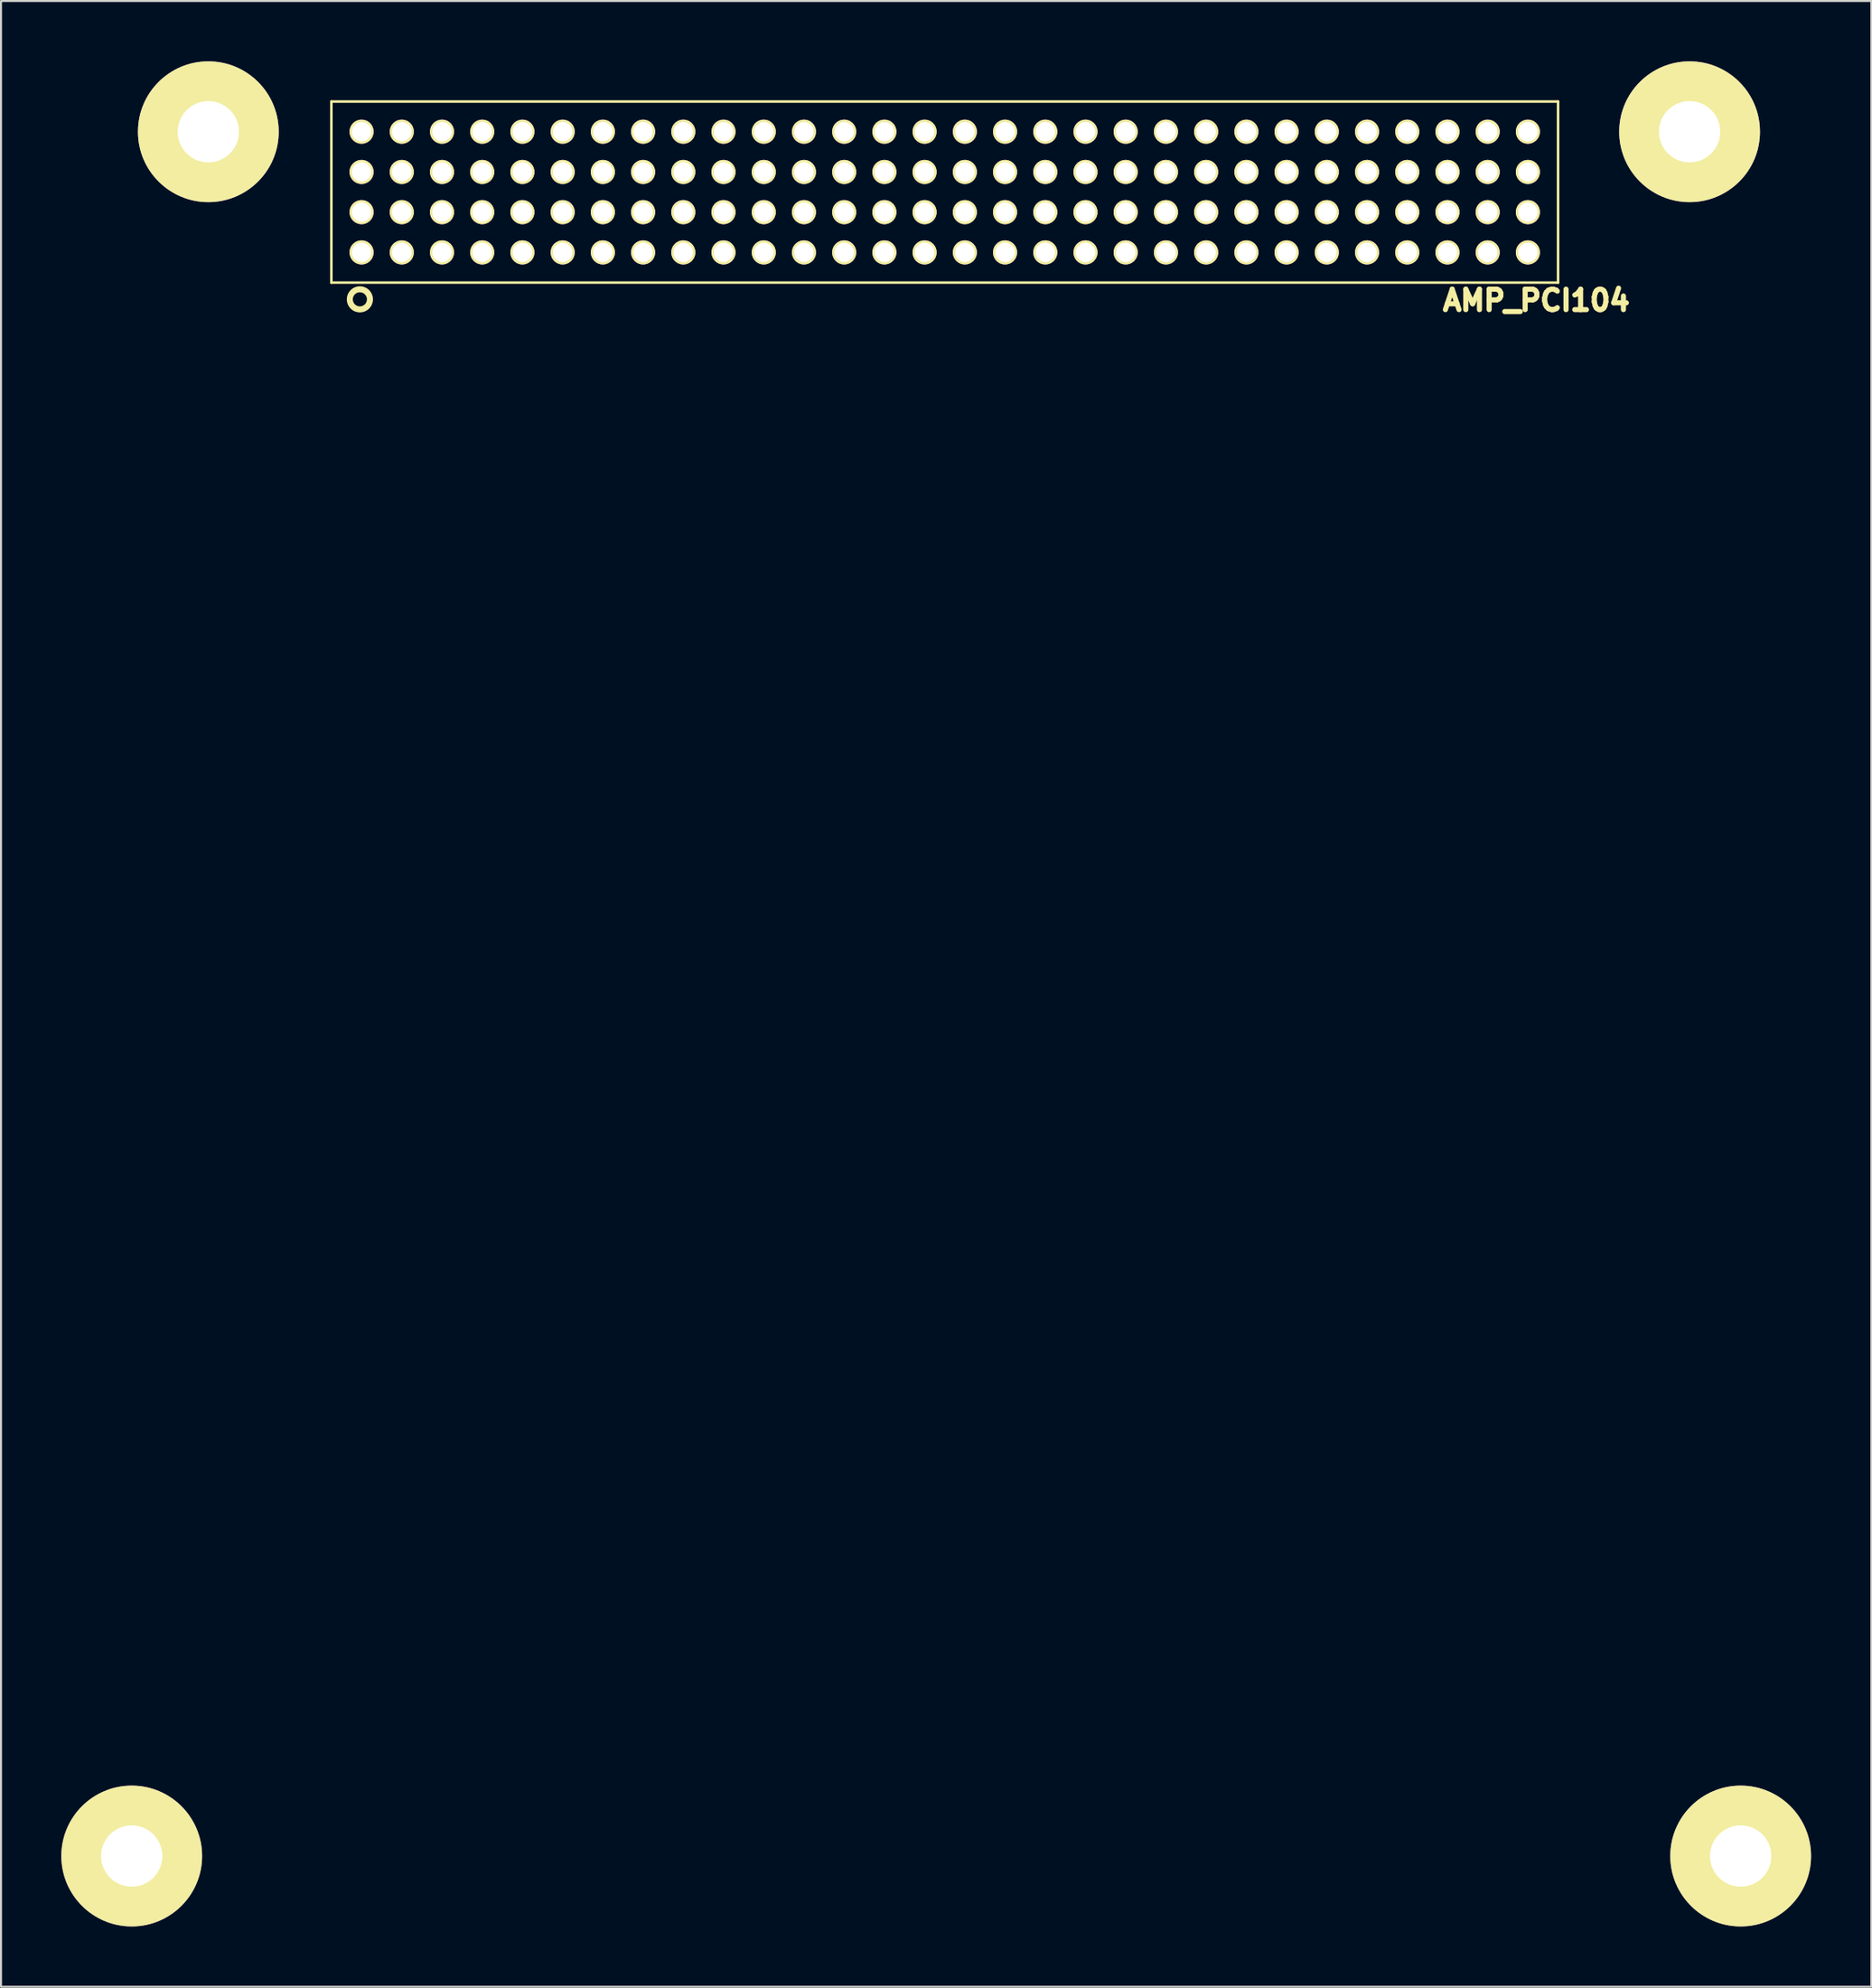
<source format=kicad_pcb>
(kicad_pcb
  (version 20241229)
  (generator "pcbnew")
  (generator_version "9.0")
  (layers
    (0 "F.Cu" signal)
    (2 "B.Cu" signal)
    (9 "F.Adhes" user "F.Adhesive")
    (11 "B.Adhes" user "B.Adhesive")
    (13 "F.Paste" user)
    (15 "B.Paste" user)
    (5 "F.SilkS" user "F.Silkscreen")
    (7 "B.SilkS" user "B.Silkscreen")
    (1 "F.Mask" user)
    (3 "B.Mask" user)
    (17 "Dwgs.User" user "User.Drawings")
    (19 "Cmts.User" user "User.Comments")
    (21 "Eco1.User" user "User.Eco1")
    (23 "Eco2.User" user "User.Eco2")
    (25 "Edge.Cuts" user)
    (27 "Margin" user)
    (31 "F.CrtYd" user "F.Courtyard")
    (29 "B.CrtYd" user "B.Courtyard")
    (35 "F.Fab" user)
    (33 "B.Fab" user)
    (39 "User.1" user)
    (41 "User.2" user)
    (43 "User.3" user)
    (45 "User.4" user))
  (footprint "AMP_PCI104"
    (layer "F.Cu")
    (at 14.93 9.499)
    (property "Reference" "AMP_PCI104" (at 58.42 2.388 0) (layer "F.SilkS") (effects (font (size 1.016 1.016) (thickness 0.305))))
    (attr through_hole)
    (fp_line (start -1.501 -7.501) (end 59.499 -7.501) (stroke (width 0.127) (type solid)) (layer "F.SilkS"))
    (fp_line (start -1.501 1.501) (end -1.501 -7.501) (stroke (width 0.127) (type solid)) (layer "F.SilkS"))
    (fp_line (start 59.499 -7.501) (end 59.499 1.501) (stroke (width 0.127) (type solid)) (layer "F.SilkS"))
    (fp_line (start 59.499 1.501) (end -1.501 1.501) (stroke (width 0.127) (type solid)) (layer "F.SilkS"))
    (fp_circle (center -0.084 2.334) (end 0.17 2.766) (stroke (width 0.3) (type solid)) (fill no) (layer "F.SilkS"))
    (pad "0" thru_hole circle (at -7.62 -5.999) (size 7 7) (drill 3.048) (layers "*.Cu" "*.Mask" "F.SilkS"))
    (pad "1" thru_hole circle (at 66.04 -5.999) (size 7 7) (drill 3.048) (layers "*.Cu" "*.Mask" "F.SilkS"))
    (pad "2" thru_hole circle (at -11.43 79.731) (size 7 7) (drill 3.048) (layers "*.Cu" "*.Mask" "F.SilkS"))
    (pad "3" thru_hole circle (at 68.58 79.731) (size 7 7) (drill 3.048) (layers "*.Cu" "*.Mask" "F.SilkS"))
    (pad "A1" thru_hole circle (at 0 0) (size 1.199 1.199) (drill 0.965) (layers "*.Cu" "*.Mask" "F.SilkS"))
    (pad "A2" thru_hole circle (at 1.999 0) (size 1.199 1.199) (drill 0.965) (layers "*.Cu" "*.Mask" "F.SilkS"))
    (pad "A3" thru_hole circle (at 4 0) (size 1.199 1.199) (drill 0.965) (layers "*.Cu" "*.Mask" "F.SilkS"))
    (pad "A4" thru_hole circle (at 5.999 0) (size 1.199 1.199) (drill 0.965) (layers "*.Cu" "*.Mask" "F.SilkS"))
    (pad "A5" thru_hole circle (at 7.998 0) (size 1.199 1.199) (drill 0.965) (layers "*.Cu" "*.Mask" "F.SilkS"))
    (pad "A6" thru_hole circle (at 10 0) (size 1.199 1.199) (drill 0.965) (layers "*.Cu" "*.Mask" "F.SilkS"))
    (pad "A7" thru_hole circle (at 11.999 0) (size 1.199 1.199) (drill 0.965) (layers "*.Cu" "*.Mask" "F.SilkS"))
    (pad "A8" thru_hole circle (at 14 0) (size 1.199 1.199) (drill 0.965) (layers "*.Cu" "*.Mask" "F.SilkS"))
    (pad "A9" thru_hole circle (at 15.999 0) (size 1.199 1.199) (drill 0.965) (layers "*.Cu" "*.Mask" "F.SilkS"))
    (pad "A10" thru_hole circle (at 17.998 0) (size 1.199 1.199) (drill 0.965) (layers "*.Cu" "*.Mask" "F.SilkS"))
    (pad "A11" thru_hole circle (at 20 0) (size 1.199 1.199) (drill 0.965) (layers "*.Cu" "*.Mask" "F.SilkS"))
    (pad "A12" thru_hole circle (at 21.999 0) (size 1.199 1.199) (drill 0.965) (layers "*.Cu" "*.Mask" "F.SilkS"))
    (pad "A13" thru_hole circle (at 24 0) (size 1.199 1.199) (drill 0.965) (layers "*.Cu" "*.Mask" "F.SilkS"))
    (pad "A14" thru_hole circle (at 25.999 0) (size 1.199 1.199) (drill 0.965) (layers "*.Cu" "*.Mask" "F.SilkS"))
    (pad "A15" thru_hole circle (at 27.998 0) (size 1.199 1.199) (drill 0.965) (layers "*.Cu" "*.Mask" "F.SilkS"))
    (pad "A16" thru_hole circle (at 30 0) (size 1.199 1.199) (drill 0.965) (layers "*.Cu" "*.Mask" "F.SilkS"))
    (pad "A17" thru_hole circle (at 31.999 0) (size 1.199 1.199) (drill 0.965) (layers "*.Cu" "*.Mask" "F.SilkS"))
    (pad "A18" thru_hole circle (at 34 0) (size 1.199 1.199) (drill 0.965) (layers "*.Cu" "*.Mask" "F.SilkS"))
    (pad "A19" thru_hole circle (at 35.999 0) (size 1.199 1.199) (drill 0.965) (layers "*.Cu" "*.Mask" "F.SilkS"))
    (pad "A20" thru_hole circle (at 37.998 0) (size 1.199 1.199) (drill 0.965) (layers "*.Cu" "*.Mask" "F.SilkS"))
    (pad "A21" thru_hole circle (at 40 0) (size 1.199 1.199) (drill 0.965) (layers "*.Cu" "*.Mask" "F.SilkS"))
    (pad "A22" thru_hole circle (at 41.999 0) (size 1.199 1.199) (drill 0.965) (layers "*.Cu" "*.Mask" "F.SilkS"))
    (pad "A23" thru_hole circle (at 44 0) (size 1.199 1.199) (drill 0.965) (layers "*.Cu" "*.Mask" "F.SilkS"))
    (pad "A24" thru_hole circle (at 45.999 0) (size 1.199 1.199) (drill 0.965) (layers "*.Cu" "*.Mask" "F.SilkS"))
    (pad "A25" thru_hole circle (at 47.998 0) (size 1.199 1.199) (drill 0.965) (layers "*.Cu" "*.Mask" "F.SilkS"))
    (pad "A26" thru_hole circle (at 50 0) (size 1.199 1.199) (drill 0.965) (layers "*.Cu" "*.Mask" "F.SilkS"))
    (pad "A27" thru_hole circle (at 51.999 0) (size 1.199 1.199) (drill 0.965) (layers "*.Cu" "*.Mask" "F.SilkS"))
    (pad "A28" thru_hole circle (at 54 0) (size 1.199 1.199) (drill 0.965) (layers "*.Cu" "*.Mask" "F.SilkS"))
    (pad "A29" thru_hole circle (at 55.999 0) (size 1.199 1.199) (drill 0.965) (layers "*.Cu" "*.Mask" "F.SilkS"))
    (pad "A30" thru_hole circle (at 57.998 0) (size 1.199 1.199) (drill 0.965) (layers "*.Cu" "*.Mask" "F.SilkS"))
    (pad "B1" thru_hole circle (at 0 -2.002) (size 1.199 1.199) (drill 0.965) (layers "*.Cu" "*.Mask" "F.SilkS"))
    (pad "B2" thru_hole circle (at 1.999 -2.002) (size 1.199 1.199) (drill 0.965) (layers "*.Cu" "*.Mask" "F.SilkS"))
    (pad "B3" thru_hole circle (at 4 -2.002) (size 1.199 1.199) (drill 0.965) (layers "*.Cu" "*.Mask" "F.SilkS"))
    (pad "B4" thru_hole circle (at 5.999 -2.002) (size 1.199 1.199) (drill 0.965) (layers "*.Cu" "*.Mask" "F.SilkS"))
    (pad "B5" thru_hole circle (at 7.998 -2.002) (size 1.199 1.199) (drill 0.965) (layers "*.Cu" "*.Mask" "F.SilkS"))
    (pad "B6" thru_hole circle (at 10 -2.002) (size 1.199 1.199) (drill 0.965) (layers "*.Cu" "*.Mask" "F.SilkS"))
    (pad "B7" thru_hole circle (at 11.999 -2.002) (size 1.199 1.199) (drill 0.965) (layers "*.Cu" "*.Mask" "F.SilkS"))
    (pad "B8" thru_hole circle (at 14 -2.002) (size 1.199 1.199) (drill 0.965) (layers "*.Cu" "*.Mask" "F.SilkS"))
    (pad "B9" thru_hole circle (at 15.999 -2.002) (size 1.199 1.199) (drill 0.965) (layers "*.Cu" "*.Mask" "F.SilkS"))
    (pad "B10" thru_hole circle (at 17.998 -2.002) (size 1.199 1.199) (drill 0.965) (layers "*.Cu" "*.Mask" "F.SilkS"))
    (pad "B11" thru_hole circle (at 20 -2.002) (size 1.199 1.199) (drill 0.965) (layers "*.Cu" "*.Mask" "F.SilkS"))
    (pad "B12" thru_hole circle (at 21.999 -2.002) (size 1.199 1.199) (drill 0.965) (layers "*.Cu" "*.Mask" "F.SilkS"))
    (pad "B13" thru_hole circle (at 24 -2.002) (size 1.199 1.199) (drill 0.965) (layers "*.Cu" "*.Mask" "F.SilkS"))
    (pad "B14" thru_hole circle (at 25.999 -2.002) (size 1.199 1.199) (drill 0.965) (layers "*.Cu" "*.Mask" "F.SilkS"))
    (pad "B15" thru_hole circle (at 27.998 -2.002) (size 1.199 1.199) (drill 0.965) (layers "*.Cu" "*.Mask" "F.SilkS"))
    (pad "B16" thru_hole circle (at 30 -2.002) (size 1.199 1.199) (drill 0.965) (layers "*.Cu" "*.Mask" "F.SilkS"))
    (pad "B17" thru_hole circle (at 31.999 -2.002) (size 1.199 1.199) (drill 0.965) (layers "*.Cu" "*.Mask" "F.SilkS"))
    (pad "B18" thru_hole circle (at 34 -2.002) (size 1.199 1.199) (drill 0.965) (layers "*.Cu" "*.Mask" "F.SilkS"))
    (pad "B19" thru_hole circle (at 35.999 -2.002) (size 1.199 1.199) (drill 0.965) (layers "*.Cu" "*.Mask" "F.SilkS"))
    (pad "B20" thru_hole circle (at 37.998 -2.002) (size 1.199 1.199) (drill 0.965) (layers "*.Cu" "*.Mask" "F.SilkS"))
    (pad "B21" thru_hole circle (at 40 -2.002) (size 1.199 1.199) (drill 0.965) (layers "*.Cu" "*.Mask" "F.SilkS"))
    (pad "B22" thru_hole circle (at 41.999 -2.002) (size 1.199 1.199) (drill 0.965) (layers "*.Cu" "*.Mask" "F.SilkS"))
    (pad "B23" thru_hole circle (at 44 -2.002) (size 1.199 1.199) (drill 0.965) (layers "*.Cu" "*.Mask" "F.SilkS"))
    (pad "B24" thru_hole circle (at 45.999 -2.002) (size 1.199 1.199) (drill 0.965) (layers "*.Cu" "*.Mask" "F.SilkS"))
    (pad "B25" thru_hole circle (at 47.998 -2.002) (size 1.199 1.199) (drill 0.965) (layers "*.Cu" "*.Mask" "F.SilkS"))
    (pad "B26" thru_hole circle (at 50 -2.002) (size 1.199 1.199) (drill 0.965) (layers "*.Cu" "*.Mask" "F.SilkS"))
    (pad "B27" thru_hole circle (at 51.999 -2.002) (size 1.199 1.199) (drill 0.965) (layers "*.Cu" "*.Mask" "F.SilkS"))
    (pad "B28" thru_hole circle (at 54 -2.002) (size 1.199 1.199) (drill 0.965) (layers "*.Cu" "*.Mask" "F.SilkS"))
    (pad "B29" thru_hole circle (at 55.999 -2.002) (size 1.199 1.199) (drill 0.965) (layers "*.Cu" "*.Mask" "F.SilkS"))
    (pad "B30" thru_hole circle (at 57.998 -2.002) (size 1.199 1.199) (drill 0.965) (layers "*.Cu" "*.Mask" "F.SilkS"))
    (pad "C1" thru_hole circle (at 0 -4) (size 1.199 1.199) (drill 0.965) (layers "*.Cu" "*.Mask" "F.SilkS"))
    (pad "C2" thru_hole circle (at 1.999 -4) (size 1.199 1.199) (drill 0.965) (layers "*.Cu" "*.Mask" "F.SilkS"))
    (pad "C3" thru_hole circle (at 4 -4) (size 1.199 1.199) (drill 0.965) (layers "*.Cu" "*.Mask" "F.SilkS"))
    (pad "C4" thru_hole circle (at 5.999 -4) (size 1.199 1.199) (drill 0.965) (layers "*.Cu" "*.Mask" "F.SilkS"))
    (pad "C5" thru_hole circle (at 7.998 -4) (size 1.199 1.199) (drill 0.965) (layers "*.Cu" "*.Mask" "F.SilkS"))
    (pad "C6" thru_hole circle (at 10 -4) (size 1.199 1.199) (drill 0.965) (layers "*.Cu" "*.Mask" "F.SilkS"))
    (pad "C7" thru_hole circle (at 11.999 -4) (size 1.199 1.199) (drill 0.965) (layers "*.Cu" "*.Mask" "F.SilkS"))
    (pad "C8" thru_hole circle (at 14 -4) (size 1.199 1.199) (drill 0.965) (layers "*.Cu" "*.Mask" "F.SilkS"))
    (pad "C9" thru_hole circle (at 15.999 -4) (size 1.199 1.199) (drill 0.965) (layers "*.Cu" "*.Mask" "F.SilkS"))
    (pad "C10" thru_hole circle (at 17.998 -4) (size 1.199 1.199) (drill 0.965) (layers "*.Cu" "*.Mask" "F.SilkS"))
    (pad "C11" thru_hole circle (at 20 -4) (size 1.199 1.199) (drill 0.965) (layers "*.Cu" "*.Mask" "F.SilkS"))
    (pad "C12" thru_hole circle (at 21.999 -4) (size 1.199 1.199) (drill 0.965) (layers "*.Cu" "*.Mask" "F.SilkS"))
    (pad "C13" thru_hole circle (at 24 -4) (size 1.199 1.199) (drill 0.965) (layers "*.Cu" "*.Mask" "F.SilkS"))
    (pad "C14" thru_hole circle (at 25.999 -4) (size 1.199 1.199) (drill 0.965) (layers "*.Cu" "*.Mask" "F.SilkS"))
    (pad "C15" thru_hole circle (at 27.998 -4) (size 1.199 1.199) (drill 0.965) (layers "*.Cu" "*.Mask" "F.SilkS"))
    (pad "C16" thru_hole circle (at 30 -4) (size 1.199 1.199) (drill 0.965) (layers "*.Cu" "*.Mask" "F.SilkS"))
    (pad "C17" thru_hole circle (at 31.999 -4) (size 1.199 1.199) (drill 0.965) (layers "*.Cu" "*.Mask" "F.SilkS"))
    (pad "C18" thru_hole circle (at 34 -4) (size 1.199 1.199) (drill 0.965) (layers "*.Cu" "*.Mask" "F.SilkS"))
    (pad "C19" thru_hole circle (at 35.999 -4) (size 1.199 1.199) (drill 0.965) (layers "*.Cu" "*.Mask" "F.SilkS"))
    (pad "C20" thru_hole circle (at 37.998 -4) (size 1.199 1.199) (drill 0.965) (layers "*.Cu" "*.Mask" "F.SilkS"))
    (pad "C21" thru_hole circle (at 40 -4) (size 1.199 1.199) (drill 0.965) (layers "*.Cu" "*.Mask" "F.SilkS"))
    (pad "C22" thru_hole circle (at 41.999 -4) (size 1.199 1.199) (drill 0.965) (layers "*.Cu" "*.Mask" "F.SilkS"))
    (pad "C23" thru_hole circle (at 44 -4) (size 1.199 1.199) (drill 0.965) (layers "*.Cu" "*.Mask" "F.SilkS"))
    (pad "C24" thru_hole circle (at 45.999 -4) (size 1.199 1.199) (drill 0.965) (layers "*.Cu" "*.Mask" "F.SilkS"))
    (pad "C25" thru_hole circle (at 47.998 -4) (size 1.199 1.199) (drill 0.965) (layers "*.Cu" "*.Mask" "F.SilkS"))
    (pad "C26" thru_hole circle (at 50 -4) (size 1.199 1.199) (drill 0.965) (layers "*.Cu" "*.Mask" "F.SilkS"))
    (pad "C27" thru_hole circle (at 51.999 -4) (size 1.199 1.199) (drill 0.965) (layers "*.Cu" "*.Mask" "F.SilkS"))
    (pad "C28" thru_hole circle (at 54 -4) (size 1.199 1.199) (drill 0.965) (layers "*.Cu" "*.Mask" "F.SilkS"))
    (pad "C29" thru_hole circle (at 55.999 -4) (size 1.199 1.199) (drill 0.965) (layers "*.Cu" "*.Mask" "F.SilkS"))
    (pad "C30" thru_hole circle (at 57.998 -4) (size 1.199 1.199) (drill 0.965) (layers "*.Cu" "*.Mask" "F.SilkS"))
    (pad "D1" thru_hole circle (at 0 -6.002) (size 1.199 1.199) (drill 0.965) (layers "*.Cu" "*.Mask" "F.SilkS"))
    (pad "D2" thru_hole circle (at 1.999 -6.002) (size 1.199 1.199) (drill 0.965) (layers "*.Cu" "*.Mask" "F.SilkS"))
    (pad "D3" thru_hole circle (at 4 -6.002) (size 1.199 1.199) (drill 0.965) (layers "*.Cu" "*.Mask" "F.SilkS"))
    (pad "D4" thru_hole circle (at 5.999 -6.002) (size 1.199 1.199) (drill 0.965) (layers "*.Cu" "*.Mask" "F.SilkS"))
    (pad "D5" thru_hole circle (at 7.998 -6.002) (size 1.199 1.199) (drill 0.965) (layers "*.Cu" "*.Mask" "F.SilkS"))
    (pad "D6" thru_hole circle (at 10 -6.002) (size 1.199 1.199) (drill 0.965) (layers "*.Cu" "*.Mask" "F.SilkS"))
    (pad "D7" thru_hole circle (at 11.999 -6.002) (size 1.199 1.199) (drill 0.965) (layers "*.Cu" "*.Mask" "F.SilkS"))
    (pad "D8" thru_hole circle (at 14 -6.002) (size 1.199 1.199) (drill 0.965) (layers "*.Cu" "*.Mask" "F.SilkS"))
    (pad "D9" thru_hole circle (at 15.999 -6.002) (size 1.199 1.199) (drill 0.965) (layers "*.Cu" "*.Mask" "F.SilkS"))
    (pad "D10" thru_hole circle (at 17.998 -6.002) (size 1.199 1.199) (drill 0.965) (layers "*.Cu" "*.Mask" "F.SilkS"))
    (pad "D11" thru_hole circle (at 20 -6.002) (size 1.199 1.199) (drill 0.965) (layers "*.Cu" "*.Mask" "F.SilkS"))
    (pad "D12" thru_hole circle (at 21.999 -6.002) (size 1.199 1.199) (drill 0.965) (layers "*.Cu" "*.Mask" "F.SilkS"))
    (pad "D13" thru_hole circle (at 24 -6.002) (size 1.199 1.199) (drill 0.965) (layers "*.Cu" "*.Mask" "F.SilkS"))
    (pad "D14" thru_hole circle (at 25.999 -6.002) (size 1.199 1.199) (drill 0.965) (layers "*.Cu" "*.Mask" "F.SilkS"))
    (pad "D15" thru_hole circle (at 27.998 -6.002) (size 1.199 1.199) (drill 0.965) (layers "*.Cu" "*.Mask" "F.SilkS"))
    (pad "D16" thru_hole circle (at 30 -6.002) (size 1.199 1.199) (drill 0.965) (layers "*.Cu" "*.Mask" "F.SilkS"))
    (pad "D17" thru_hole circle (at 31.999 -6.002) (size 1.199 1.199) (drill 0.965) (layers "*.Cu" "*.Mask" "F.SilkS"))
    (pad "D18" thru_hole circle (at 34 -6.002) (size 1.199 1.199) (drill 0.965) (layers "*.Cu" "*.Mask" "F.SilkS"))
    (pad "D19" thru_hole circle (at 35.999 -6.002) (size 1.199 1.199) (drill 0.965) (layers "*.Cu" "*.Mask" "F.SilkS"))
    (pad "D20" thru_hole circle (at 37.998 -6.002) (size 1.199 1.199) (drill 0.965) (layers "*.Cu" "*.Mask" "F.SilkS"))
    (pad "D21" thru_hole circle (at 40 -6.002) (size 1.199 1.199) (drill 0.965) (layers "*.Cu" "*.Mask" "F.SilkS"))
    (pad "D22" thru_hole circle (at 41.999 -6.002) (size 1.199 1.199) (drill 0.965) (layers "*.Cu" "*.Mask" "F.SilkS"))
    (pad "D23" thru_hole circle (at 44 -6.002) (size 1.199 1.199) (drill 0.965) (layers "*.Cu" "*.Mask" "F.SilkS"))
    (pad "D24" thru_hole circle (at 45.999 -6.002) (size 1.199 1.199) (drill 0.965) (layers "*.Cu" "*.Mask" "F.SilkS"))
    (pad "D25" thru_hole circle (at 47.998 -6.002) (size 1.199 1.199) (drill 0.965) (layers "*.Cu" "*.Mask" "F.SilkS"))
    (pad "D26" thru_hole circle (at 50 -6.002) (size 1.199 1.199) (drill 0.965) (layers "*.Cu" "*.Mask" "F.SilkS"))
    (pad "D27" thru_hole circle (at 51.999 -6.002) (size 1.199 1.199) (drill 0.965) (layers "*.Cu" "*.Mask" "F.SilkS"))
    (pad "D28" thru_hole circle (at 54 -6.002) (size 1.199 1.199) (drill 0.965) (layers "*.Cu" "*.Mask" "F.SilkS"))
    (pad "D29" thru_hole circle (at 55.999 -6.002) (size 1.199 1.199) (drill 0.965) (layers "*.Cu" "*.Mask" "F.SilkS"))
    (pad "D30" thru_hole circle (at 57.998 -6.002) (size 1.199 1.199) (drill 0.965) (layers "*.Cu" "*.Mask" "F.SilkS")))
  (gr_rect
    (start -3 -3)
    (end 90.01 95.73)
    (stroke (width 0.1) (type default))
    (fill no)
    (layer "Edge.Cuts")))
</source>
